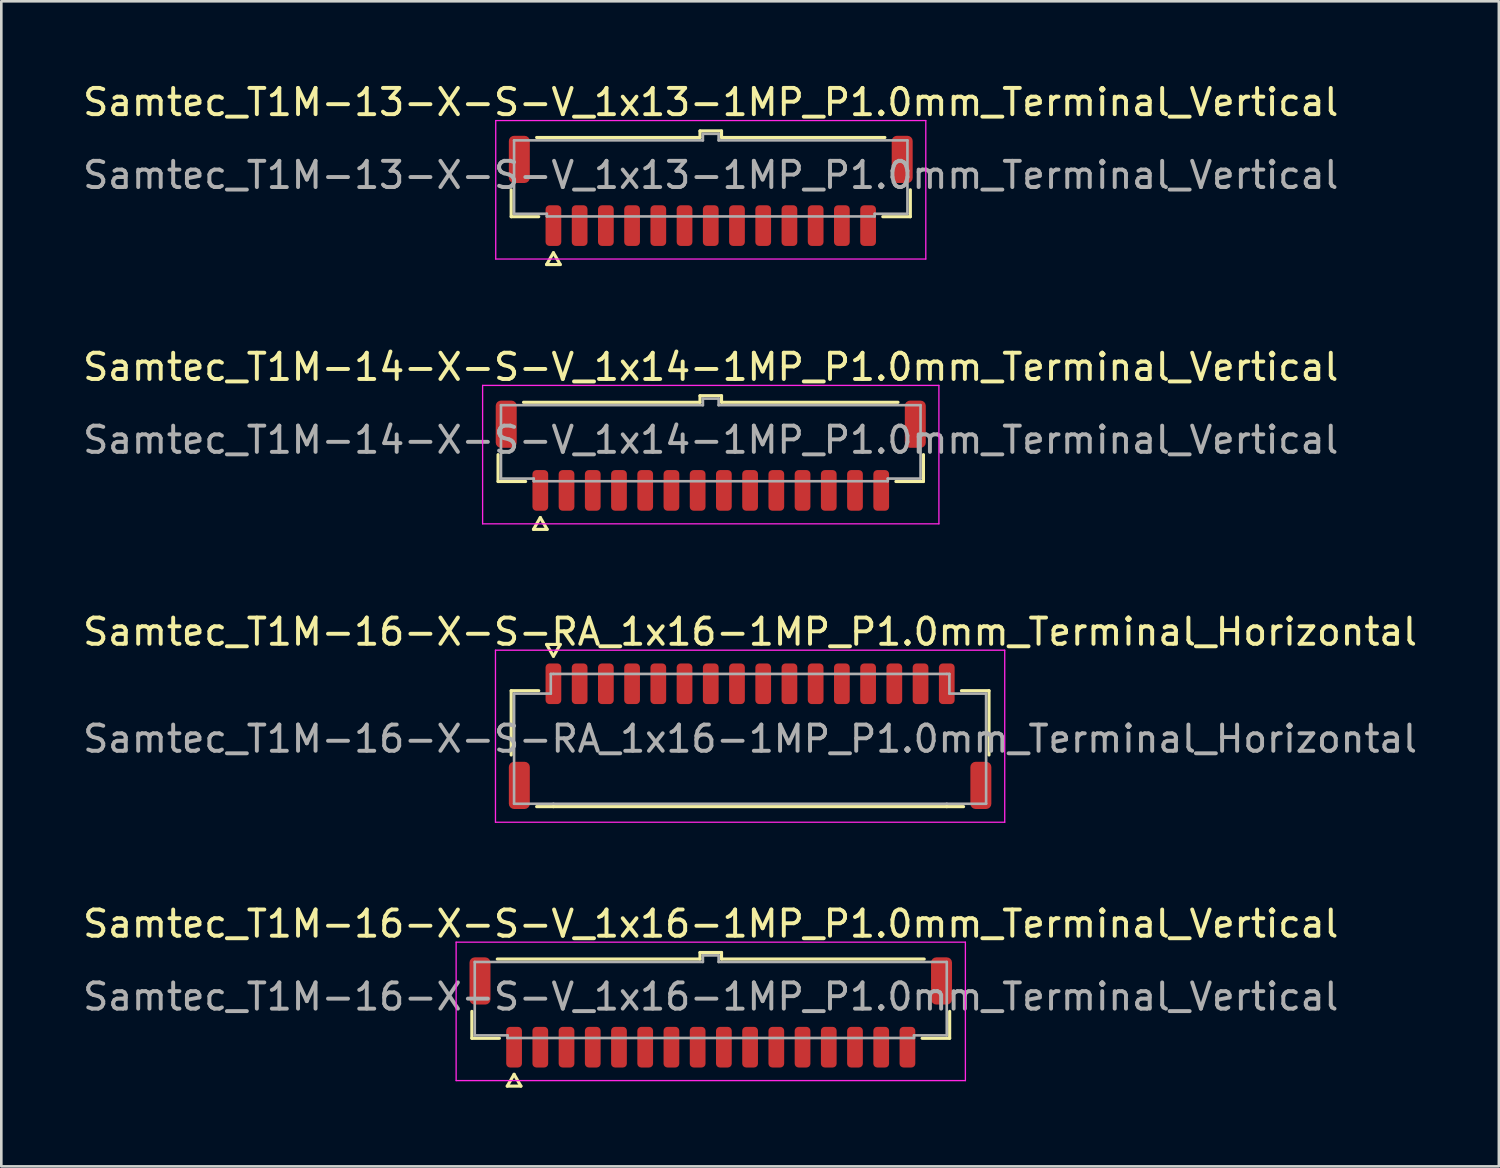
<source format=kicad_pcb>
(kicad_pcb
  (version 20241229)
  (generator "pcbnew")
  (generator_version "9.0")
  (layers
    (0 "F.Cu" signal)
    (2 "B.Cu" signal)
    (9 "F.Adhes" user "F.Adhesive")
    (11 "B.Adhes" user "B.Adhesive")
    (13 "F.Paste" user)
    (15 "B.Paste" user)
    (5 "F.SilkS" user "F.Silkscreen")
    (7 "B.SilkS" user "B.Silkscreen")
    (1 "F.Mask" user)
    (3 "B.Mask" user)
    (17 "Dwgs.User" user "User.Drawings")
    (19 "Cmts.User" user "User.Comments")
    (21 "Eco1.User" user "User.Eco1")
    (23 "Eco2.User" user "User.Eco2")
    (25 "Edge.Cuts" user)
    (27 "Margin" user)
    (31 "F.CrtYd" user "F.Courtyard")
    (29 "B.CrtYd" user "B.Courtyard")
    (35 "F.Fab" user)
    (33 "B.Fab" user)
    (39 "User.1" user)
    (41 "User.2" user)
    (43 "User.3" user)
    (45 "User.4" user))
  (footprint "Samtec_T1M-13-X-S-V_1x13-1MP_P1.0mm_Terminal_Vertical"
    (layer "F.Cu")
    (at 24.054 3.628)
    (property "Reference" "Samtec_T1M-13-X-S-V_1x13-1MP_P1.0mm_Terminal_Vertical" (at 0 -2.78 0) (layer "F.SilkS") (effects (font (size 1 1) (thickness 0.15))))
    (attr smd)
    (fp_line (start -7.61 1.585) (end -7.61 0.56) (stroke (width 0.12) (type solid)) (layer "F.SilkS"))
    (fp_line (start -6.64 -1.435) (end -0.41 -1.435) (stroke (width 0.12) (type solid)) (layer "F.SilkS"))
    (fp_line (start -6.56 1.585) (end -7.61 1.585) (stroke (width 0.12) (type solid)) (layer "F.SilkS"))
    (fp_line (start -6.26 3.41) (end -6 2.96) (stroke (width 0.12) (type solid)) (layer "F.SilkS"))
    (fp_line (start -6 2.96) (end -5.74 3.41) (stroke (width 0.12) (type solid)) (layer "F.SilkS"))
    (fp_line (start -5.74 3.41) (end -6.26 3.41) (stroke (width 0.12) (type solid)) (layer "F.SilkS"))
    (fp_line (start -0.41 -1.685) (end 0.41 -1.685) (stroke (width 0.12) (type solid)) (layer "F.SilkS"))
    (fp_line (start -0.41 -1.435) (end -0.41 -1.685) (stroke (width 0.12) (type solid)) (layer "F.SilkS"))
    (fp_line (start 0.41 -1.685) (end 0.41 -1.435) (stroke (width 0.12) (type solid)) (layer "F.SilkS"))
    (fp_line (start 0.41 -1.435) (end 6.64 -1.435) (stroke (width 0.12) (type solid)) (layer "F.SilkS"))
    (fp_line (start 7.61 0.56) (end 7.61 1.585) (stroke (width 0.12) (type solid)) (layer "F.SilkS"))
    (fp_line (start 7.61 1.585) (end 6.56 1.585) (stroke (width 0.12) (type solid)) (layer "F.SilkS"))
    (fp_line (start -8.2 -2.08) (end -8.2 3.2) (stroke (width 0.05) (type solid)) (layer "F.CrtYd"))
    (fp_line (start -8.2 3.2) (end 8.2 3.2) (stroke (width 0.05) (type solid)) (layer "F.CrtYd"))
    (fp_line (start 8.2 -2.08) (end -8.2 -2.08) (stroke (width 0.05) (type solid)) (layer "F.CrtYd"))
    (fp_line (start 8.2 3.2) (end 8.2 -2.08) (stroke (width 0.05) (type solid)) (layer "F.CrtYd"))
    (fp_line (start -7.5 -1.325) (end -0.3 -1.325) (stroke (width 0.1) (type solid)) (layer "F.Fab"))
    (fp_line (start -7.5 1.475) (end -7.5 -1.325) (stroke (width 0.1) (type solid)) (layer "F.Fab"))
    (fp_line (start -6.25 1.475) (end -7.5 1.475) (stroke (width 0.1) (type solid)) (layer "F.Fab"))
    (fp_line (start -6.25 1.575) (end -6.25 1.475) (stroke (width 0.1) (type solid)) (layer "F.Fab"))
    (fp_line (start -0.3 -1.575) (end 0.3 -1.575) (stroke (width 0.1) (type solid)) (layer "F.Fab"))
    (fp_line (start -0.3 -1.325) (end -0.3 -1.575) (stroke (width 0.1) (type solid)) (layer "F.Fab"))
    (fp_line (start 0.3 -1.575) (end 0.3 -1.325) (stroke (width 0.1) (type solid)) (layer "F.Fab"))
    (fp_line (start 0.3 -1.325) (end 7.5 -1.325) (stroke (width 0.1) (type solid)) (layer "F.Fab"))
    (fp_line (start 6.25 1.475) (end 6.25 1.575) (stroke (width 0.1) (type solid)) (layer "F.Fab"))
    (fp_line (start 6.25 1.575) (end -6.25 1.575) (stroke (width 0.1) (type solid)) (layer "F.Fab"))
    (fp_line (start 7.5 -1.325) (end 7.5 1.475) (stroke (width 0.1) (type solid)) (layer "F.Fab"))
    (fp_line (start 7.5 1.475) (end 6.25 1.475) (stroke (width 0.1) (type solid)) (layer "F.Fab"))
    (fp_text user "${REFERENCE}" (at 0 0 0) (layer "F.Fab") (effects (font (size 1 1) (thickness 0.15))))
    (pad "1" smd roundrect (at -6 1.925) (size 0.6 1.55) (layers "F.Cu" "F.Mask" "F.Paste") (roundrect_rratio 0.25))
    (pad "2" smd roundrect (at -5 1.925) (size 0.6 1.55) (layers "F.Cu" "F.Mask" "F.Paste") (roundrect_rratio 0.25))
    (pad "3" smd roundrect (at -4 1.925) (size 0.6 1.55) (layers "F.Cu" "F.Mask" "F.Paste") (roundrect_rratio 0.25))
    (pad "4" smd roundrect (at -3 1.925) (size 0.6 1.55) (layers "F.Cu" "F.Mask" "F.Paste") (roundrect_rratio 0.25))
    (pad "5" smd roundrect (at -2 1.925) (size 0.6 1.55) (layers "F.Cu" "F.Mask" "F.Paste") (roundrect_rratio 0.25))
    (pad "6" smd roundrect (at -1 1.925) (size 0.6 1.55) (layers "F.Cu" "F.Mask" "F.Paste") (roundrect_rratio 0.25))
    (pad "7" smd roundrect (at 0 1.925) (size 0.6 1.55) (layers "F.Cu" "F.Mask" "F.Paste") (roundrect_rratio 0.25))
    (pad "8" smd roundrect (at 1 1.925) (size 0.6 1.55) (layers "F.Cu" "F.Mask" "F.Paste") (roundrect_rratio 0.25))
    (pad "9" smd roundrect (at 2 1.925) (size 0.6 1.55) (layers "F.Cu" "F.Mask" "F.Paste") (roundrect_rratio 0.25))
    (pad "10" smd roundrect (at 3 1.925) (size 0.6 1.55) (layers "F.Cu" "F.Mask" "F.Paste") (roundrect_rratio 0.25))
    (pad "11" smd roundrect (at 4 1.925) (size 0.6 1.55) (layers "F.Cu" "F.Mask" "F.Paste") (roundrect_rratio 0.25))
    (pad "12" smd roundrect (at 5 1.925) (size 0.6 1.55) (layers "F.Cu" "F.Mask" "F.Paste") (roundrect_rratio 0.25))
    (pad "13" smd roundrect (at 6 1.925) (size 0.6 1.55) (layers "F.Cu" "F.Mask" "F.Paste") (roundrect_rratio 0.25))
    (pad "MP" smd roundrect (at -7.3 -0.6) (size 0.8 1.8) (layers "F.Cu" "F.Mask" "F.Paste") (roundrect_rratio 0.25))
    (pad "MP" smd roundrect (at 7.3 -0.6) (size 0.8 1.8) (layers "F.Cu" "F.Mask" "F.Paste") (roundrect_rratio 0.25)))
  (footprint "Samtec_T1M-14-X-S-V_1x14-1MP_P1.0mm_Terminal_Vertical"
    (layer "F.Cu")
    (at 24.054 13.726)
    (property "Reference" "Samtec_T1M-14-X-S-V_1x14-1MP_P1.0mm_Terminal_Vertical" (at 0 -2.78 0) (layer "F.SilkS") (effects (font (size 1 1) (thickness 0.15))))
    (attr smd)
    (fp_line (start -8.11 1.585) (end -8.11 0.56) (stroke (width 0.12) (type solid)) (layer "F.SilkS"))
    (fp_line (start -7.14 -1.435) (end -0.41 -1.435) (stroke (width 0.12) (type solid)) (layer "F.SilkS"))
    (fp_line (start -7.06 1.585) (end -8.11 1.585) (stroke (width 0.12) (type solid)) (layer "F.SilkS"))
    (fp_line (start -6.76 3.41) (end -6.5 2.96) (stroke (width 0.12) (type solid)) (layer "F.SilkS"))
    (fp_line (start -6.5 2.96) (end -6.24 3.41) (stroke (width 0.12) (type solid)) (layer "F.SilkS"))
    (fp_line (start -6.24 3.41) (end -6.76 3.41) (stroke (width 0.12) (type solid)) (layer "F.SilkS"))
    (fp_line (start -0.41 -1.685) (end 0.41 -1.685) (stroke (width 0.12) (type solid)) (layer "F.SilkS"))
    (fp_line (start -0.41 -1.435) (end -0.41 -1.685) (stroke (width 0.12) (type solid)) (layer "F.SilkS"))
    (fp_line (start 0.41 -1.685) (end 0.41 -1.435) (stroke (width 0.12) (type solid)) (layer "F.SilkS"))
    (fp_line (start 0.41 -1.435) (end 7.14 -1.435) (stroke (width 0.12) (type solid)) (layer "F.SilkS"))
    (fp_line (start 8.11 0.56) (end 8.11 1.585) (stroke (width 0.12) (type solid)) (layer "F.SilkS"))
    (fp_line (start 8.11 1.585) (end 7.06 1.585) (stroke (width 0.12) (type solid)) (layer "F.SilkS"))
    (fp_line (start -8.7 -2.08) (end -8.7 3.2) (stroke (width 0.05) (type solid)) (layer "F.CrtYd"))
    (fp_line (start -8.7 3.2) (end 8.7 3.2) (stroke (width 0.05) (type solid)) (layer "F.CrtYd"))
    (fp_line (start 8.7 -2.08) (end -8.7 -2.08) (stroke (width 0.05) (type solid)) (layer "F.CrtYd"))
    (fp_line (start 8.7 3.2) (end 8.7 -2.08) (stroke (width 0.05) (type solid)) (layer "F.CrtYd"))
    (fp_line (start -8 -1.325) (end -0.3 -1.325) (stroke (width 0.1) (type solid)) (layer "F.Fab"))
    (fp_line (start -8 1.475) (end -8 -1.325) (stroke (width 0.1) (type solid)) (layer "F.Fab"))
    (fp_line (start -6.75 1.475) (end -8 1.475) (stroke (width 0.1) (type solid)) (layer "F.Fab"))
    (fp_line (start -6.75 1.575) (end -6.75 1.475) (stroke (width 0.1) (type solid)) (layer "F.Fab"))
    (fp_line (start -0.3 -1.575) (end 0.3 -1.575) (stroke (width 0.1) (type solid)) (layer "F.Fab"))
    (fp_line (start -0.3 -1.325) (end -0.3 -1.575) (stroke (width 0.1) (type solid)) (layer "F.Fab"))
    (fp_line (start 0.3 -1.575) (end 0.3 -1.325) (stroke (width 0.1) (type solid)) (layer "F.Fab"))
    (fp_line (start 0.3 -1.325) (end 8 -1.325) (stroke (width 0.1) (type solid)) (layer "F.Fab"))
    (fp_line (start 6.75 1.475) (end 6.75 1.575) (stroke (width 0.1) (type solid)) (layer "F.Fab"))
    (fp_line (start 6.75 1.575) (end -6.75 1.575) (stroke (width 0.1) (type solid)) (layer "F.Fab"))
    (fp_line (start 8 -1.325) (end 8 1.475) (stroke (width 0.1) (type solid)) (layer "F.Fab"))
    (fp_line (start 8 1.475) (end 6.75 1.475) (stroke (width 0.1) (type solid)) (layer "F.Fab"))
    (fp_text user "${REFERENCE}" (at 0 0 0) (layer "F.Fab") (effects (font (size 1 1) (thickness 0.15))))
    (pad "1" smd roundrect (at -6.5 1.925) (size 0.6 1.55) (layers "F.Cu" "F.Mask" "F.Paste") (roundrect_rratio 0.25))
    (pad "2" smd roundrect (at -5.5 1.925) (size 0.6 1.55) (layers "F.Cu" "F.Mask" "F.Paste") (roundrect_rratio 0.25))
    (pad "3" smd roundrect (at -4.5 1.925) (size 0.6 1.55) (layers "F.Cu" "F.Mask" "F.Paste") (roundrect_rratio 0.25))
    (pad "4" smd roundrect (at -3.5 1.925) (size 0.6 1.55) (layers "F.Cu" "F.Mask" "F.Paste") (roundrect_rratio 0.25))
    (pad "5" smd roundrect (at -2.5 1.925) (size 0.6 1.55) (layers "F.Cu" "F.Mask" "F.Paste") (roundrect_rratio 0.25))
    (pad "6" smd roundrect (at -1.5 1.925) (size 0.6 1.55) (layers "F.Cu" "F.Mask" "F.Paste") (roundrect_rratio 0.25))
    (pad "7" smd roundrect (at -0.5 1.925) (size 0.6 1.55) (layers "F.Cu" "F.Mask" "F.Paste") (roundrect_rratio 0.25))
    (pad "8" smd roundrect (at 0.5 1.925) (size 0.6 1.55) (layers "F.Cu" "F.Mask" "F.Paste") (roundrect_rratio 0.25))
    (pad "9" smd roundrect (at 1.5 1.925) (size 0.6 1.55) (layers "F.Cu" "F.Mask" "F.Paste") (roundrect_rratio 0.25))
    (pad "10" smd roundrect (at 2.5 1.925) (size 0.6 1.55) (layers "F.Cu" "F.Mask" "F.Paste") (roundrect_rratio 0.25))
    (pad "11" smd roundrect (at 3.5 1.925) (size 0.6 1.55) (layers "F.Cu" "F.Mask" "F.Paste") (roundrect_rratio 0.25))
    (pad "12" smd roundrect (at 4.5 1.925) (size 0.6 1.55) (layers "F.Cu" "F.Mask" "F.Paste") (roundrect_rratio 0.25))
    (pad "13" smd roundrect (at 5.5 1.925) (size 0.6 1.55) (layers "F.Cu" "F.Mask" "F.Paste") (roundrect_rratio 0.25))
    (pad "14" smd roundrect (at 6.5 1.925) (size 0.6 1.55) (layers "F.Cu" "F.Mask" "F.Paste") (roundrect_rratio 0.25))
    (pad "MP" smd roundrect (at -7.8 -0.6) (size 0.8 1.8) (layers "F.Cu" "F.Mask" "F.Paste") (roundrect_rratio 0.25))
    (pad "MP" smd roundrect (at 7.8 -0.6) (size 0.8 1.8) (layers "F.Cu" "F.Mask" "F.Paste") (roundrect_rratio 0.25)))
  (footprint "Samtec_T1M-16-X-S-V_1x16-1MP_P1.0mm_Terminal_Vertical"
    (layer "F.Cu")
    (at 24.054 34.958)
    (property "Reference" "Samtec_T1M-16-X-S-V_1x16-1MP_P1.0mm_Terminal_Vertical" (at 0 -2.78 0) (layer "F.SilkS") (effects (font (size 1 1) (thickness 0.15))))
    (attr smd)
    (fp_line (start -9.11 1.585) (end -9.11 0.56) (stroke (width 0.12) (type solid)) (layer "F.SilkS"))
    (fp_line (start -8.14 -1.435) (end -0.41 -1.435) (stroke (width 0.12) (type solid)) (layer "F.SilkS"))
    (fp_line (start -8.06 1.585) (end -9.11 1.585) (stroke (width 0.12) (type solid)) (layer "F.SilkS"))
    (fp_line (start -7.76 3.41) (end -7.5 2.96) (stroke (width 0.12) (type solid)) (layer "F.SilkS"))
    (fp_line (start -7.5 2.96) (end -7.24 3.41) (stroke (width 0.12) (type solid)) (layer "F.SilkS"))
    (fp_line (start -7.24 3.41) (end -7.76 3.41) (stroke (width 0.12) (type solid)) (layer "F.SilkS"))
    (fp_line (start -0.41 -1.685) (end 0.41 -1.685) (stroke (width 0.12) (type solid)) (layer "F.SilkS"))
    (fp_line (start -0.41 -1.435) (end -0.41 -1.685) (stroke (width 0.12) (type solid)) (layer "F.SilkS"))
    (fp_line (start 0.41 -1.685) (end 0.41 -1.435) (stroke (width 0.12) (type solid)) (layer "F.SilkS"))
    (fp_line (start 0.41 -1.435) (end 8.14 -1.435) (stroke (width 0.12) (type solid)) (layer "F.SilkS"))
    (fp_line (start 9.11 0.56) (end 9.11 1.585) (stroke (width 0.12) (type solid)) (layer "F.SilkS"))
    (fp_line (start 9.11 1.585) (end 8.06 1.585) (stroke (width 0.12) (type solid)) (layer "F.SilkS"))
    (fp_line (start -9.71 -2.08) (end -9.71 3.2) (stroke (width 0.05) (type solid)) (layer "F.CrtYd"))
    (fp_line (start -9.71 3.2) (end 9.71 3.2) (stroke (width 0.05) (type solid)) (layer "F.CrtYd"))
    (fp_line (start 9.71 -2.08) (end -9.71 -2.08) (stroke (width 0.05) (type solid)) (layer "F.CrtYd"))
    (fp_line (start 9.71 3.2) (end 9.71 -2.08) (stroke (width 0.05) (type solid)) (layer "F.CrtYd"))
    (fp_line (start -9 -1.325) (end -0.3 -1.325) (stroke (width 0.1) (type solid)) (layer "F.Fab"))
    (fp_line (start -9 1.475) (end -9 -1.325) (stroke (width 0.1) (type solid)) (layer "F.Fab"))
    (fp_line (start -7.75 1.475) (end -9 1.475) (stroke (width 0.1) (type solid)) (layer "F.Fab"))
    (fp_line (start -7.75 1.575) (end -7.75 1.475) (stroke (width 0.1) (type solid)) (layer "F.Fab"))
    (fp_line (start -0.3 -1.575) (end 0.3 -1.575) (stroke (width 0.1) (type solid)) (layer "F.Fab"))
    (fp_line (start -0.3 -1.325) (end -0.3 -1.575) (stroke (width 0.1) (type solid)) (layer "F.Fab"))
    (fp_line (start 0.3 -1.575) (end 0.3 -1.325) (stroke (width 0.1) (type solid)) (layer "F.Fab"))
    (fp_line (start 0.3 -1.325) (end 9 -1.325) (stroke (width 0.1) (type solid)) (layer "F.Fab"))
    (fp_line (start 7.75 1.475) (end 7.75 1.575) (stroke (width 0.1) (type solid)) (layer "F.Fab"))
    (fp_line (start 7.75 1.575) (end -7.75 1.575) (stroke (width 0.1) (type solid)) (layer "F.Fab"))
    (fp_line (start 9 -1.325) (end 9 1.475) (stroke (width 0.1) (type solid)) (layer "F.Fab"))
    (fp_line (start 9 1.475) (end 7.75 1.475) (stroke (width 0.1) (type solid)) (layer "F.Fab"))
    (fp_text user "${REFERENCE}" (at 0 0 0) (layer "F.Fab") (effects (font (size 1 1) (thickness 0.15))))
    (pad "1" smd roundrect (at -7.5 1.925) (size 0.6 1.55) (layers "F.Cu" "F.Mask" "F.Paste") (roundrect_rratio 0.25))
    (pad "2" smd roundrect (at -6.5 1.925) (size 0.6 1.55) (layers "F.Cu" "F.Mask" "F.Paste") (roundrect_rratio 0.25))
    (pad "3" smd roundrect (at -5.5 1.925) (size 0.6 1.55) (layers "F.Cu" "F.Mask" "F.Paste") (roundrect_rratio 0.25))
    (pad "4" smd roundrect (at -4.5 1.925) (size 0.6 1.55) (layers "F.Cu" "F.Mask" "F.Paste") (roundrect_rratio 0.25))
    (pad "5" smd roundrect (at -3.5 1.925) (size 0.6 1.55) (layers "F.Cu" "F.Mask" "F.Paste") (roundrect_rratio 0.25))
    (pad "6" smd roundrect (at -2.5 1.925) (size 0.6 1.55) (layers "F.Cu" "F.Mask" "F.Paste") (roundrect_rratio 0.25))
    (pad "7" smd roundrect (at -1.5 1.925) (size 0.6 1.55) (layers "F.Cu" "F.Mask" "F.Paste") (roundrect_rratio 0.25))
    (pad "8" smd roundrect (at -0.5 1.925) (size 0.6 1.55) (layers "F.Cu" "F.Mask" "F.Paste") (roundrect_rratio 0.25))
    (pad "9" smd roundrect (at 0.5 1.925) (size 0.6 1.55) (layers "F.Cu" "F.Mask" "F.Paste") (roundrect_rratio 0.25))
    (pad "10" smd roundrect (at 1.5 1.925) (size 0.6 1.55) (layers "F.Cu" "F.Mask" "F.Paste") (roundrect_rratio 0.25))
    (pad "11" smd roundrect (at 2.5 1.925) (size 0.6 1.55) (layers "F.Cu" "F.Mask" "F.Paste") (roundrect_rratio 0.25))
    (pad "12" smd roundrect (at 3.5 1.925) (size 0.6 1.55) (layers "F.Cu" "F.Mask" "F.Paste") (roundrect_rratio 0.25))
    (pad "13" smd roundrect (at 4.5 1.925) (size 0.6 1.55) (layers "F.Cu" "F.Mask" "F.Paste") (roundrect_rratio 0.25))
    (pad "14" smd roundrect (at 5.5 1.925) (size 0.6 1.55) (layers "F.Cu" "F.Mask" "F.Paste") (roundrect_rratio 0.25))
    (pad "15" smd roundrect (at 6.5 1.925) (size 0.6 1.55) (layers "F.Cu" "F.Mask" "F.Paste") (roundrect_rratio 0.25))
    (pad "16" smd roundrect (at 7.5 1.925) (size 0.6 1.55) (layers "F.Cu" "F.Mask" "F.Paste") (roundrect_rratio 0.25))
    (pad "MP" smd roundrect (at -8.8 -0.6) (size 0.8 1.8) (layers "F.Cu" "F.Mask" "F.Paste") (roundrect_rratio 0.25))
    (pad "MP" smd roundrect (at 8.8 -0.6) (size 0.8 1.8) (layers "F.Cu" "F.Mask" "F.Paste") (roundrect_rratio 0.25)))
  (footprint "Samtec_T1M-16-X-S-RA_1x16-1MP_P1.0mm_Terminal_Horizontal"
    (layer "F.Cu")
    (at 25.554 25.125)
    (property "Reference" "Samtec_T1M-16-X-S-RA_1x16-1MP_P1.0mm_Terminal_Horizontal" (at 0 -4.08 0) (layer "F.SilkS") (effects (font (size 1 1) (thickness 0.15))))
    (attr smd)
    (fp_line (start -9.11 -1.835) (end -8.06 -1.835) (stroke (width 0.12) (type solid)) (layer "F.SilkS"))
    (fp_line (start -9.11 0.615) (end -9.11 -1.835) (stroke (width 0.12) (type solid)) (layer "F.SilkS"))
    (fp_line (start -7.76 -3.6) (end -7.5 -3.15) (stroke (width 0.12) (type solid)) (layer "F.SilkS"))
    (fp_line (start -7.5 -3.15) (end -7.24 -3.6) (stroke (width 0.12) (type solid)) (layer "F.SilkS"))
    (fp_line (start -7.5 2.585) (end -8.14 2.585) (stroke (width 0.12) (type solid)) (layer "F.SilkS"))
    (fp_line (start -7.24 -3.6) (end -7.76 -3.6) (stroke (width 0.12) (type solid)) (layer "F.SilkS"))
    (fp_line (start 7.5 2.585) (end -7.5 2.585) (stroke (width 0.12) (type solid)) (layer "F.SilkS"))
    (fp_line (start 8.06 -1.835) (end 9.11 -1.835) (stroke (width 0.12) (type solid)) (layer "F.SilkS"))
    (fp_line (start 8.14 2.585) (end 7.5 2.585) (stroke (width 0.12) (type solid)) (layer "F.SilkS"))
    (fp_line (start 9.11 -1.835) (end 9.11 0.615) (stroke (width 0.12) (type solid)) (layer "F.SilkS"))
    (fp_line (start -9.71 -3.38) (end -9.71 3.18) (stroke (width 0.05) (type solid)) (layer "F.CrtYd"))
    (fp_line (start -9.71 3.18) (end 9.71 3.18) (stroke (width 0.05) (type solid)) (layer "F.CrtYd"))
    (fp_line (start 9.71 -3.38) (end -9.71 -3.38) (stroke (width 0.05) (type solid)) (layer "F.CrtYd"))
    (fp_line (start 9.71 3.18) (end 9.71 -3.38) (stroke (width 0.05) (type solid)) (layer "F.CrtYd"))
    (fp_line (start -9 -1.725) (end -7.6 -1.725) (stroke (width 0.1) (type solid)) (layer "F.Fab"))
    (fp_line (start -9 2.475) (end -9 -1.725) (stroke (width 0.1) (type solid)) (layer "F.Fab"))
    (fp_line (start -7.6 -2.475) (end -7.5 -2.475) (stroke (width 0.1) (type solid)) (layer "F.Fab"))
    (fp_line (start -7.6 -1.725) (end -7.6 -2.475) (stroke (width 0.1) (type solid)) (layer "F.Fab"))
    (fp_line (start -7.5 -2.475) (end 7.5 -2.475) (stroke (width 0.1) (type solid)) (layer "F.Fab"))
    (fp_line (start -7.5 2.475) (end -9 2.475) (stroke (width 0.1) (type solid)) (layer "F.Fab"))
    (fp_line (start 7.5 -2.475) (end 7.6 -2.475) (stroke (width 0.1) (type solid)) (layer "F.Fab"))
    (fp_line (start 7.5 2.475) (end -7.5 2.475) (stroke (width 0.1) (type solid)) (layer "F.Fab"))
    (fp_line (start 7.6 -2.475) (end 7.6 -1.725) (stroke (width 0.1) (type solid)) (layer "F.Fab"))
    (fp_line (start 7.6 -1.725) (end 9 -1.725) (stroke (width 0.1) (type solid)) (layer "F.Fab"))
    (fp_line (start 9 -1.725) (end 9 2.475) (stroke (width 0.1) (type solid)) (layer "F.Fab"))
    (fp_line (start 9 2.475) (end 7.5 2.475) (stroke (width 0.1) (type solid)) (layer "F.Fab"))
    (fp_text user "${REFERENCE}" (at 0 0 0) (layer "F.Fab") (effects (font (size 1 1) (thickness 0.15))))
    (pad "1" smd roundrect (at -7.5 -2.1) (size 0.6 1.55) (layers "F.Cu" "F.Mask" "F.Paste") (roundrect_rratio 0.25))
    (pad "2" smd roundrect (at -6.5 -2.1) (size 0.6 1.55) (layers "F.Cu" "F.Mask" "F.Paste") (roundrect_rratio 0.25))
    (pad "3" smd roundrect (at -5.5 -2.1) (size 0.6 1.55) (layers "F.Cu" "F.Mask" "F.Paste") (roundrect_rratio 0.25))
    (pad "4" smd roundrect (at -4.5 -2.1) (size 0.6 1.55) (layers "F.Cu" "F.Mask" "F.Paste") (roundrect_rratio 0.25))
    (pad "5" smd roundrect (at -3.5 -2.1) (size 0.6 1.55) (layers "F.Cu" "F.Mask" "F.Paste") (roundrect_rratio 0.25))
    (pad "6" smd roundrect (at -2.5 -2.1) (size 0.6 1.55) (layers "F.Cu" "F.Mask" "F.Paste") (roundrect_rratio 0.25))
    (pad "7" smd roundrect (at -1.5 -2.1) (size 0.6 1.55) (layers "F.Cu" "F.Mask" "F.Paste") (roundrect_rratio 0.25))
    (pad "8" smd roundrect (at -0.5 -2.1) (size 0.6 1.55) (layers "F.Cu" "F.Mask" "F.Paste") (roundrect_rratio 0.25))
    (pad "9" smd roundrect (at 0.5 -2.1) (size 0.6 1.55) (layers "F.Cu" "F.Mask" "F.Paste") (roundrect_rratio 0.25))
    (pad "10" smd roundrect (at 1.5 -2.1) (size 0.6 1.55) (layers "F.Cu" "F.Mask" "F.Paste") (roundrect_rratio 0.25))
    (pad "11" smd roundrect (at 2.5 -2.1) (size 0.6 1.55) (layers "F.Cu" "F.Mask" "F.Paste") (roundrect_rratio 0.25))
    (pad "12" smd roundrect (at 3.5 -2.1) (size 0.6 1.55) (layers "F.Cu" "F.Mask" "F.Paste") (roundrect_rratio 0.25))
    (pad "13" smd roundrect (at 4.5 -2.1) (size 0.6 1.55) (layers "F.Cu" "F.Mask" "F.Paste") (roundrect_rratio 0.25))
    (pad "14" smd roundrect (at 5.5 -2.1) (size 0.6 1.55) (layers "F.Cu" "F.Mask" "F.Paste") (roundrect_rratio 0.25))
    (pad "15" smd roundrect (at 6.5 -2.1) (size 0.6 1.55) (layers "F.Cu" "F.Mask" "F.Paste") (roundrect_rratio 0.25))
    (pad "16" smd roundrect (at 7.5 -2.1) (size 0.6 1.55) (layers "F.Cu" "F.Mask" "F.Paste") (roundrect_rratio 0.25))
    (pad "MP" smd roundrect (at -8.8 1.775) (size 0.8 1.8) (layers "F.Cu" "F.Mask" "F.Paste") (roundrect_rratio 0.25))
    (pad "MP" smd roundrect (at 8.8 1.775) (size 0.8 1.8) (layers "F.Cu" "F.Mask" "F.Paste") (roundrect_rratio 0.25)))
  (gr_rect
    (start -3 -3)
    (end 54.107 41.428)
    (stroke (width 0.1) (type default))
    (fill no)
    (layer "Edge.Cuts")))
</source>
